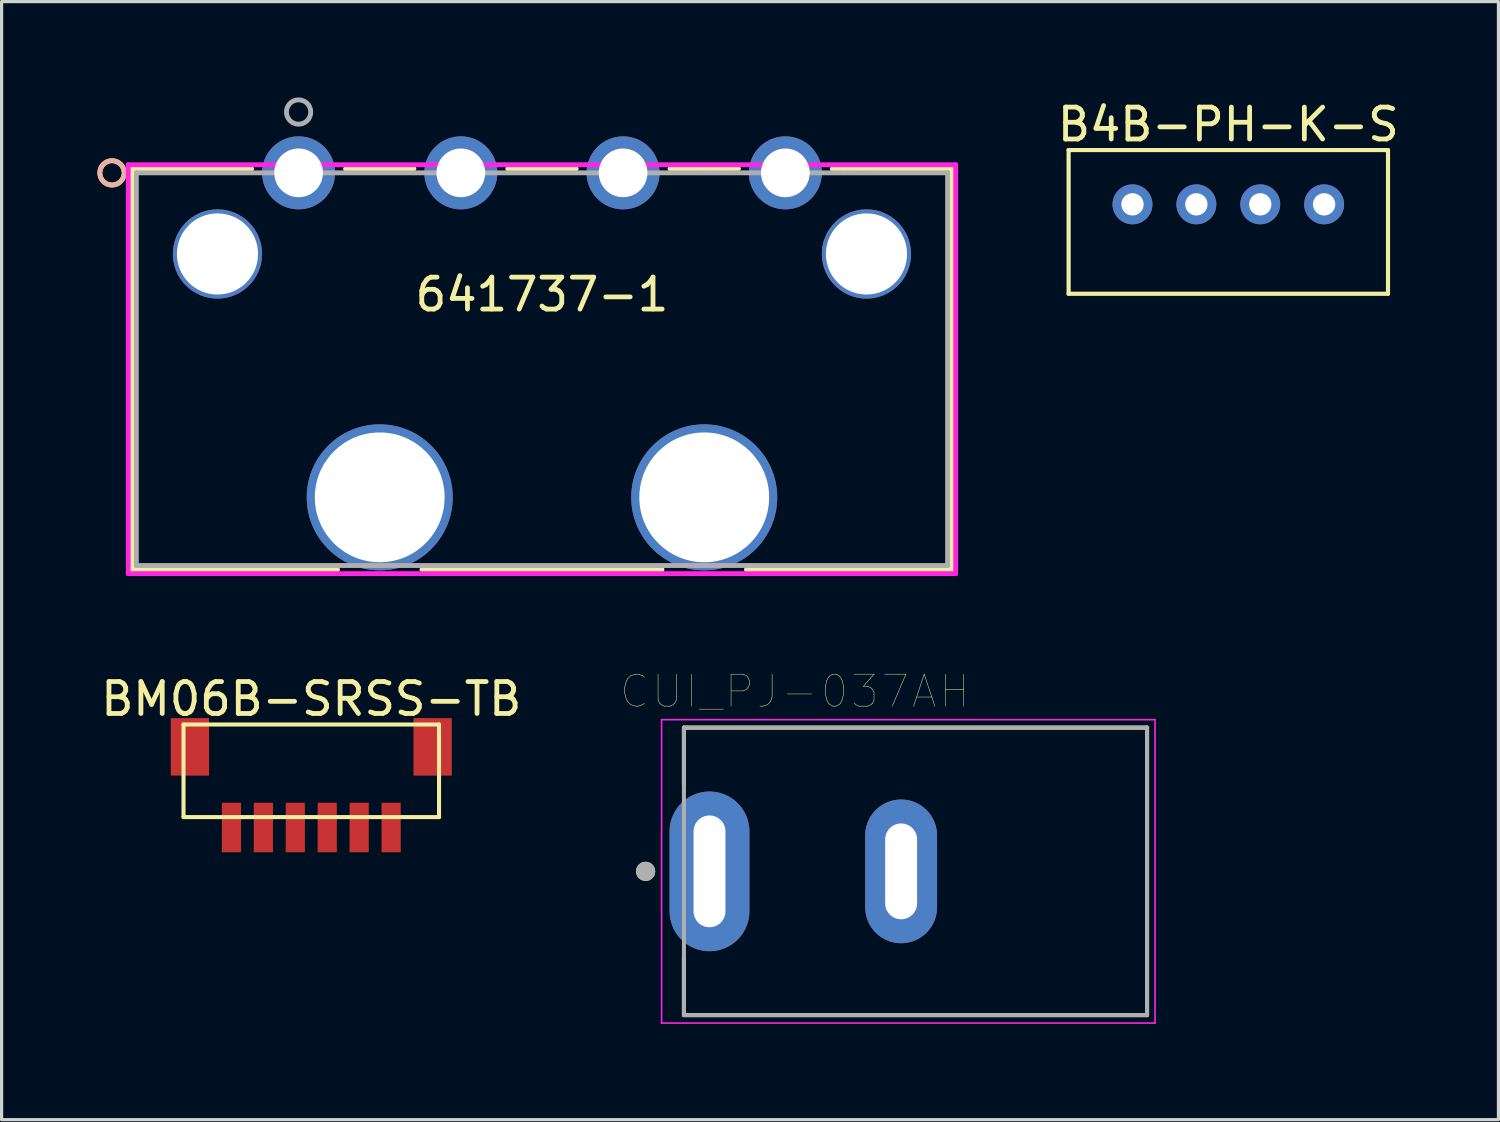
<source format=kicad_pcb>
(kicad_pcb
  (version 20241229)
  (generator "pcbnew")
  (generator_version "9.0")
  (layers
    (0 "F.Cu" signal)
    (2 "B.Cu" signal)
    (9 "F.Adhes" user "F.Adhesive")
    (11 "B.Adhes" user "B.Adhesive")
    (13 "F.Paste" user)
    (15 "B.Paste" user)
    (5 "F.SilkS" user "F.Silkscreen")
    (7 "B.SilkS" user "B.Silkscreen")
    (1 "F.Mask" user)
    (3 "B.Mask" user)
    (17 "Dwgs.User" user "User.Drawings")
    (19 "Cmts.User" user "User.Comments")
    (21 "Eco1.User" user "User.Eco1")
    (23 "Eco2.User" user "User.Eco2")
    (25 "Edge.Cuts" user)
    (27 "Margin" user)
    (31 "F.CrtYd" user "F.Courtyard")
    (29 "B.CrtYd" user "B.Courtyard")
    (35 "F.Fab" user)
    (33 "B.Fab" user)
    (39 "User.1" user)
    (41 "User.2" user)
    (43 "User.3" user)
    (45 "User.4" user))
  (footprint "CUI_PJ-037AH"
    (layer "F.Cu")
    (at 19.164 24.232)
    (property "Reference" "CUI_PJ-037AH" (at 2.675 -5.635 0) (layer "F.SilkS") (effects (font (size 1 1) (thickness 0.015))))
    (attr through_hole)
    (fp_line (start -0.8 -4.5) (end 13.7 -4.5) (stroke (width 0.127) (type solid)) (layer "F.SilkS"))
    (fp_line (start -0.8 -2.7) (end -0.8 -4.5) (stroke (width 0.127) (type solid)) (layer "F.SilkS"))
    (fp_line (start -0.8 4.5) (end -0.8 2.7) (stroke (width 0.127) (type solid)) (layer "F.SilkS"))
    (fp_line (start 13.7 -4.5) (end 13.7 4.5) (stroke (width 0.127) (type solid)) (layer "F.SilkS"))
    (fp_line (start 13.7 4.5) (end -0.8 4.5) (stroke (width 0.127) (type solid)) (layer "F.SilkS"))
    (fp_circle (center -2 0) (end -1.85 0) (stroke (width 0.3) (type solid)) (fill no) (layer "F.SilkS"))
    (fp_line (start -1.5 -4.75) (end -1.5 4.75) (stroke (width 0.05) (type solid)) (layer "F.CrtYd"))
    (fp_line (start -1.5 -4.75) (end 13.95 -4.75) (stroke (width 0.05) (type solid)) (layer "F.CrtYd"))
    (fp_line (start 13.95 -4.75) (end 13.95 4.75) (stroke (width 0.05) (type solid)) (layer "F.CrtYd"))
    (fp_line (start 13.95 4.75) (end -1.5 4.75) (stroke (width 0.05) (type solid)) (layer "F.CrtYd"))
    (fp_line (start -0.8 -4.5) (end 13.7 -4.5) (stroke (width 0.127) (type solid)) (layer "F.Fab"))
    (fp_line (start -0.8 4.5) (end -0.8 -4.5) (stroke (width 0.127) (type solid)) (layer "F.Fab"))
    (fp_line (start 13.7 -4.5) (end 13.7 4.5) (stroke (width 0.127) (type solid)) (layer "F.Fab"))
    (fp_line (start 13.7 4.5) (end -0.8 4.5) (stroke (width 0.127) (type solid)) (layer "F.Fab"))
    (fp_circle (center -2 0) (end -1.85 0) (stroke (width 0.3) (type solid)) (fill no) (layer "F.Fab"))
    (pad "1" thru_hole oval (at 0 0) (size 2.5 5) (drill oval 1 3.5) (layers "*.Cu" "*.Mask"))
    (pad "2" thru_hole oval (at 6 0) (size 2.25 4.5) (drill oval 1 3) (layers "*.Cu" "*.Mask")))
  (footprint "BM06B-SRSS-TB"
    (layer "F.Cu")
    (at 6.696 21.084)
    (property "Reference" "BM06B-SRSS-TB" (at 0 -2.25 0) (layer "F.SilkS") (effects (font (size 1 1) (thickness 0.15))))
    (attr through_hole)
    (fp_line (start -4 -1.45) (end -4 1.45) (stroke (width 0.127) (type solid)) (layer "F.SilkS"))
    (fp_line (start -4 -1.45) (end 4 -1.45) (stroke (width 0.127) (type solid)) (layer "F.SilkS"))
    (fp_line (start -4 1.45) (end 4 1.45) (stroke (width 0.127) (type solid)) (layer "F.SilkS"))
    (fp_line (start 4 -1.45) (end 4 1.45) (stroke (width 0.127) (type solid)) (layer "F.SilkS"))
    (pad "1" smd rect (at -2.5 1.775) (size 0.6 1.55) (layers "F.Cu" "F.Mask" "F.Paste"))
    (pad "2" smd rect (at -1.5 1.775) (size 0.6 1.55) (layers "F.Cu" "F.Mask" "F.Paste"))
    (pad "3" smd rect (at -0.5 1.775) (size 0.6 1.55) (layers "F.Cu" "F.Mask" "F.Paste"))
    (pad "4" smd rect (at 0.5 1.775) (size 0.6 1.55) (layers "F.Cu" "F.Mask" "F.Paste"))
    (pad "5" smd rect (at 1.5 1.775) (size 0.6 1.55) (layers "F.Cu" "F.Mask" "F.Paste"))
    (pad "6" smd rect (at 2.5 1.775) (size 0.6 1.55) (layers "F.Cu" "F.Mask" "F.Paste"))
    (pad "7" smd rect (at -3.8 -0.75) (size 1.2 1.8) (layers "F.Cu" "F.Mask" "F.Paste"))
    (pad "8" smd rect (at 3.8 -0.75) (size 1.2 1.8) (layers "F.Cu" "F.Mask" "F.Paste")))
  (footprint "B4B-PH-K-S"
    (layer "F.Cu")
    (at 35.408 3.348)
    (property "Reference" "B4B-PH-K-S" (at 0 -2.5 0) (layer "F.SilkS") (effects (font (size 1 1) (thickness 0.15))))
    (attr through_hole)
    (fp_line (start -5 -1.7) (end 5 -1.7) (stroke (width 0.13) (type solid)) (layer "F.SilkS"))
    (fp_line (start -5 2.8) (end -5 -1.7) (stroke (width 0.13) (type solid)) (layer "F.SilkS"))
    (fp_line (start 5 -1.7) (end 5 2.8) (stroke (width 0.13) (type solid)) (layer "F.SilkS"))
    (fp_line (start 5 2.8) (end -5 2.8) (stroke (width 0.13) (type solid)) (layer "F.SilkS"))
    (pad "1" thru_hole circle (at -3 0) (size 1.25 1.25) (drill 0.7) (layers "*.Cu" "*.Mask"))
    (pad "2" thru_hole circle (at -1 0) (size 1.25 1.25) (drill 0.7) (layers "*.Cu" "*.Mask"))
    (pad "3" thru_hole circle (at 1 0) (size 1.25 1.25) (drill 0.7) (layers "*.Cu" "*.Mask"))
    (pad "4" thru_hole circle (at 3 0) (size 1.25 1.25) (drill 0.7) (layers "*.Cu" "*.Mask")))
  (footprint "641737-1"
    (layer "F.Cu")
    (at 21.539 2.362)
    (property "Reference" "641737-1" (at -7.62 3.81 0) (layer "F.SilkS") (effects (font (size 1 1) (thickness 0.15))))
    (attr through_hole)
    (fp_line (start -20.447 -0.127) (end -20.447 12.421) (stroke (width 0.152) (type solid)) (layer "F.SilkS"))
    (fp_line (start -20.447 12.421) (end -14.022 12.421) (stroke (width 0.152) (type solid)) (layer "F.SilkS"))
    (fp_line (start -16.71 -0.127) (end -20.447 -0.127) (stroke (width 0.152) (type solid)) (layer "F.SilkS"))
    (fp_line (start -11.63 -0.127) (end -13.77 -0.127) (stroke (width 0.152) (type solid)) (layer "F.SilkS"))
    (fp_line (start -11.378 12.421) (end -3.862 12.421) (stroke (width 0.152) (type solid)) (layer "F.SilkS"))
    (fp_line (start -6.55 -0.127) (end -8.69 -0.127) (stroke (width 0.152) (type solid)) (layer "F.SilkS"))
    (fp_line (start -1.47 -0.127) (end -3.61 -0.127) (stroke (width 0.152) (type solid)) (layer "F.SilkS"))
    (fp_line (start -1.218 12.421) (end 5.207 12.421) (stroke (width 0.152) (type solid)) (layer "F.SilkS"))
    (fp_line (start 5.207 -0.127) (end 1.47 -0.127) (stroke (width 0.152) (type solid)) (layer "F.SilkS"))
    (fp_line (start 5.207 12.421) (end 5.207 -0.127) (stroke (width 0.152) (type solid)) (layer "F.SilkS"))
    (fp_circle (center -21.082 0) (end -20.701 0) (stroke (width 0.152) (type solid)) (fill no) (layer "F.SilkS"))
    (fp_circle (center -21.082 0) (end -20.701 0) (stroke (width 0.152) (type solid)) (fill no) (layer "B.SilkS"))
    (fp_line (start -20.574 -0.254) (end -20.574 12.548) (stroke (width 0.152) (type solid)) (layer "F.CrtYd"))
    (fp_line (start -20.574 12.548) (end 5.334 12.548) (stroke (width 0.152) (type solid)) (layer "F.CrtYd"))
    (fp_line (start 5.334 -0.254) (end -20.574 -0.254) (stroke (width 0.152) (type solid)) (layer "F.CrtYd"))
    (fp_line (start 5.334 12.548) (end 5.334 -0.254) (stroke (width 0.152) (type solid)) (layer "F.CrtYd"))
    (fp_line (start -20.32 0) (end -20.32 12.294) (stroke (width 0.152) (type solid)) (layer "F.Fab"))
    (fp_line (start -20.32 12.294) (end 5.08 12.294) (stroke (width 0.152) (type solid)) (layer "F.Fab"))
    (fp_line (start 5.08 0) (end -20.32 0) (stroke (width 0.152) (type solid)) (layer "F.Fab"))
    (fp_line (start 5.08 12.294) (end 5.08 0) (stroke (width 0.152) (type solid)) (layer "F.Fab"))
    (fp_circle (center -15.24 -1.905) (end -14.859 -1.905) (stroke (width 0.152) (type solid)) (fill no) (layer "F.Fab"))
    (fp_text user "*" (at 0 0 0) (layer "F.SilkS") (effects (font (size 1 1) (thickness 0.15))))
    (fp_text user "Copyright 2016 Accelerated Designs. All rights reserved." (at 0 0 0) (layer "Cmts.User") (effects (font (size 0.127 0.127) (thickness 0.002))))
    (fp_text user "*" (at 0 0 0) (layer "F.Fab") (effects (font (size 1 1) (thickness 0.15))))
    (pad "1" thru_hole circle (at -15.24 0) (size 2.286 2.286) (drill 1.524) (layers "*.Cu" "*.Mask"))
    (pad "2" thru_hole circle (at -10.16 0) (size 2.286 2.286) (drill 1.524) (layers "*.Cu" "*.Mask"))
    (pad "3" thru_hole circle (at -5.08 0) (size 2.286 2.286) (drill 1.524) (layers "*.Cu" "*.Mask"))
    (pad "4" thru_hole circle (at 0 0) (size 2.286 2.286) (drill 1.524) (layers "*.Cu" "*.Mask"))
    (pad "5" thru_hole circle (at -17.78 2.54) (size 2.794 2.794) (drill 2.54) (layers "*.Cu" "*.Mask"))
    (pad "6" thru_hole circle (at 2.54 2.54) (size 2.794 2.794) (drill 2.54) (layers "*.Cu" "*.Mask"))
    (pad "7" thru_hole circle (at -12.7 10.16) (size 4.572 4.572) (drill 4.064) (layers "*.Cu" "*.Mask"))
    (pad "8" thru_hole circle (at -2.54 10.16) (size 4.572 4.572) (drill 4.064) (layers "*.Cu" "*.Mask")))
  (gr_rect
    (start -3 -3)
    (end 43.866 32.007)
    (stroke (width 0.1) (type default))
    (fill no)
    (layer "Edge.Cuts")))
</source>
